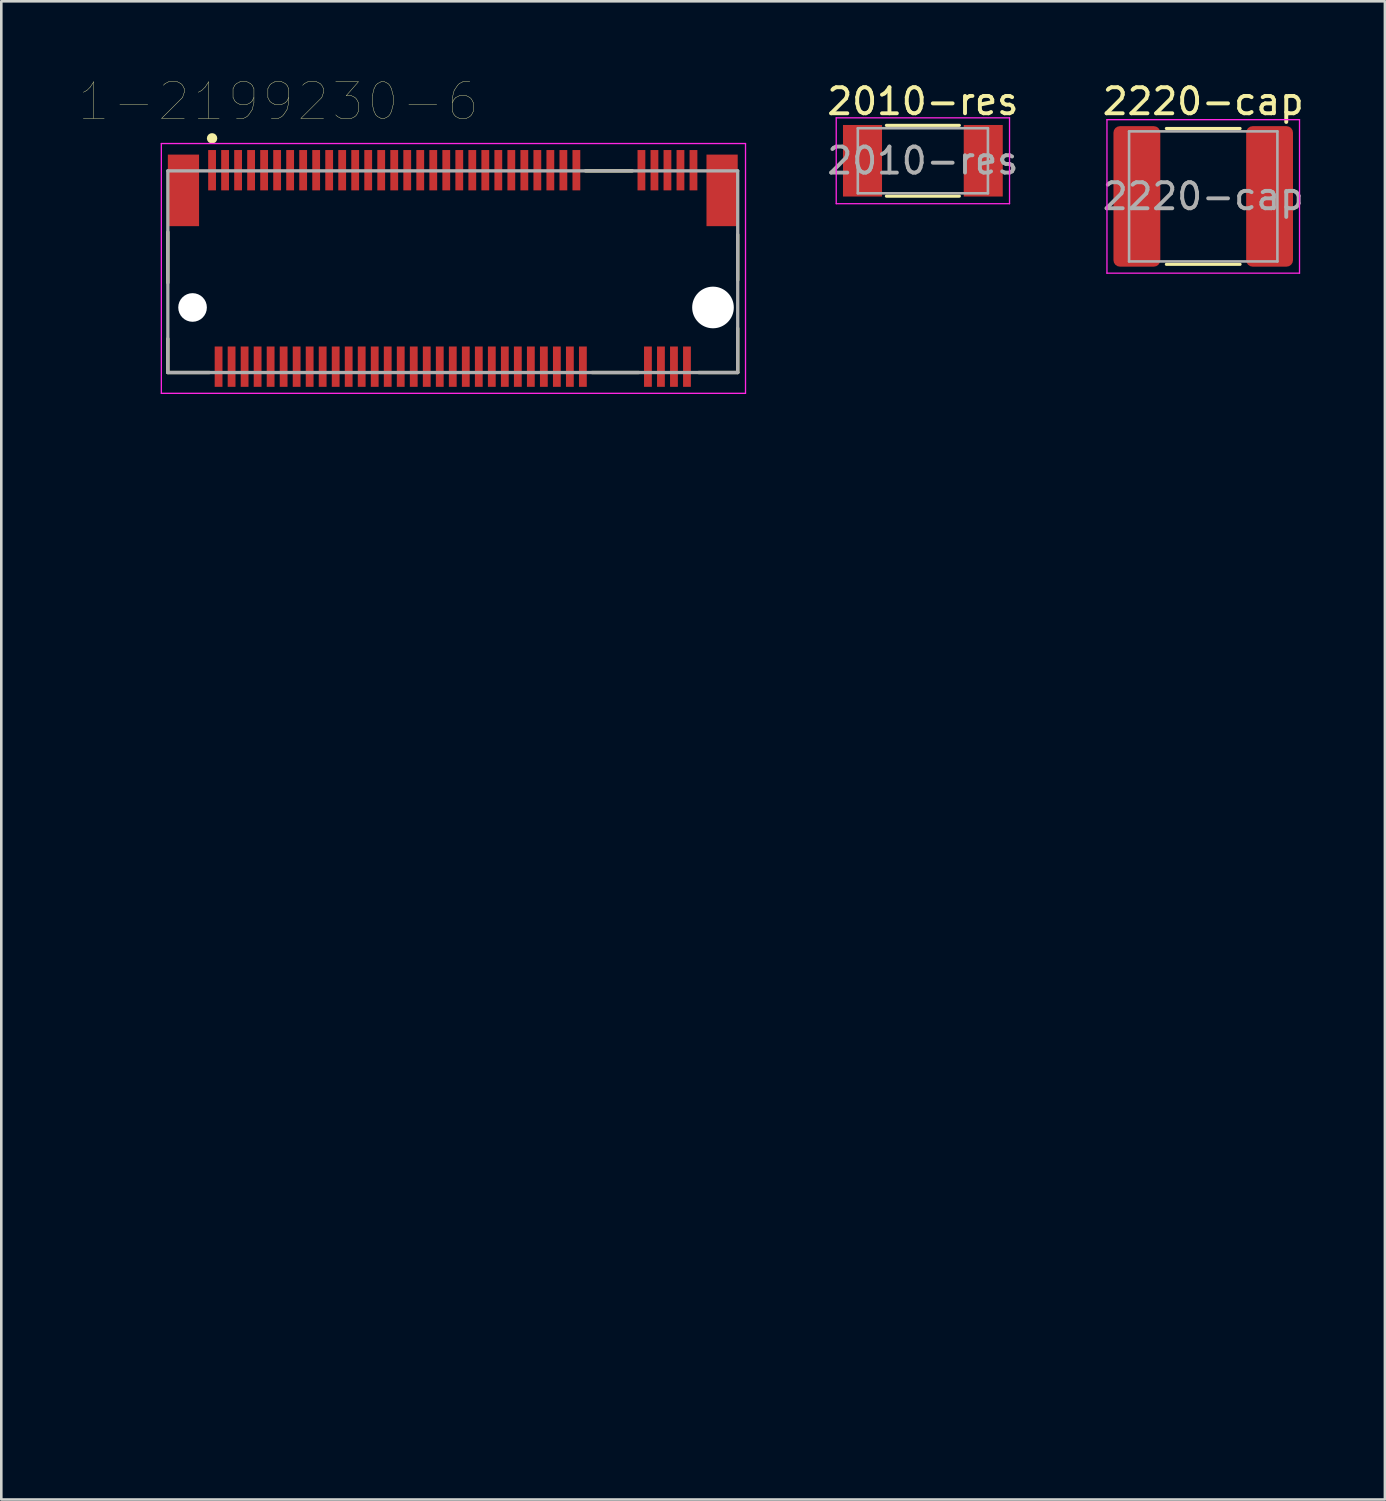
<source format=kicad_pcb>
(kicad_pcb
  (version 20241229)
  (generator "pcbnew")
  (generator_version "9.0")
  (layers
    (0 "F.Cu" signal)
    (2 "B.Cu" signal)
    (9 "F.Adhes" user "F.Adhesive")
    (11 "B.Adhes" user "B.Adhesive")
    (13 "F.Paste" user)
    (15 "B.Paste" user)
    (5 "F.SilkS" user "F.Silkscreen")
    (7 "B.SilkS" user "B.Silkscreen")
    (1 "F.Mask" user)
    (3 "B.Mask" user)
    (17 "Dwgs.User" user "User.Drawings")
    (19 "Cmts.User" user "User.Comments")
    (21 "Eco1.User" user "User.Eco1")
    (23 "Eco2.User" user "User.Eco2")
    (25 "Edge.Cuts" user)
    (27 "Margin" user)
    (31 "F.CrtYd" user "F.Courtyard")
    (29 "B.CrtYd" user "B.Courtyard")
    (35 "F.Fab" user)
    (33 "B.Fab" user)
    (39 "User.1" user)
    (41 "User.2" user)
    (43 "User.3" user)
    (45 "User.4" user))
  (footprint "2220-cap"
    (layer "F.Cu")
    (at 43.19 4.498)
    (property "Reference" "2220-cap" (at 0 -3.65 0) (layer "F.SilkS") (effects (font (size 1 1) (thickness 0.15))))
    (attr smd)
    (fp_line (start -1.416 -2.61) (end 1.416 -2.61) (stroke (width 0.12) (type solid)) (layer "F.SilkS"))
    (fp_line (start -1.416 2.61) (end 1.416 2.61) (stroke (width 0.12) (type solid)) (layer "F.SilkS"))
    (fp_line (start -3.7 -2.95) (end 3.7 -2.95) (stroke (width 0.05) (type solid)) (layer "F.CrtYd"))
    (fp_line (start -3.7 2.95) (end -3.7 -2.95) (stroke (width 0.05) (type solid)) (layer "F.CrtYd"))
    (fp_line (start 3.7 -2.95) (end 3.7 2.95) (stroke (width 0.05) (type solid)) (layer "F.CrtYd"))
    (fp_line (start 3.7 2.95) (end -3.7 2.95) (stroke (width 0.05) (type solid)) (layer "F.CrtYd"))
    (fp_line (start -2.85 -2.5) (end 2.85 -2.5) (stroke (width 0.1) (type solid)) (layer "F.Fab"))
    (fp_line (start -2.85 2.5) (end -2.85 -2.5) (stroke (width 0.1) (type solid)) (layer "F.Fab"))
    (fp_line (start 2.85 -2.5) (end 2.85 2.5) (stroke (width 0.1) (type solid)) (layer "F.Fab"))
    (fp_line (start 2.85 2.5) (end -2.85 2.5) (stroke (width 0.1) (type solid)) (layer "F.Fab"))
    (fp_text user "${REFERENCE}" (at 0 0 0) (layer "F.Fab") (effects (font (size 1 1) (thickness 0.15))))
    (pad "1" smd roundrect (at -2.55 0) (size 1.8 5.4) (layers "F.Cu" "F.Mask" "F.Paste") (roundrect_rratio 0.139))
    (pad "2" smd roundrect (at 2.55 0) (size 1.8 5.4) (layers "F.Cu" "F.Mask" "F.Paste") (roundrect_rratio 0.139)))
  (footprint "2010-res"
    (layer "F.Cu")
    (at 32.416 3.128)
    (property "Reference" "2010-res" (at 0 -2.28 0) (layer "F.SilkS") (effects (font (size 1 1) (thickness 0.15))))
    (attr smd)
    (fp_line (start -1.402 -1.36) (end 1.402 -1.36) (stroke (width 0.12) (type solid)) (layer "F.SilkS"))
    (fp_line (start -1.402 1.36) (end 1.402 1.36) (stroke (width 0.12) (type solid)) (layer "F.SilkS"))
    (fp_line (start -3.33 -1.65) (end 3.33 -1.65) (stroke (width 0.05) (type solid)) (layer "F.CrtYd"))
    (fp_line (start -3.33 1.65) (end -3.33 -1.65) (stroke (width 0.05) (type solid)) (layer "F.CrtYd"))
    (fp_line (start 3.33 -1.65) (end 3.33 1.65) (stroke (width 0.05) (type solid)) (layer "F.CrtYd"))
    (fp_line (start 3.33 1.65) (end -3.33 1.65) (stroke (width 0.05) (type solid)) (layer "F.CrtYd"))
    (fp_line (start -2.5 -1.25) (end 2.5 -1.25) (stroke (width 0.1) (type solid)) (layer "F.Fab"))
    (fp_line (start -2.5 1.25) (end -2.5 -1.25) (stroke (width 0.1) (type solid)) (layer "F.Fab"))
    (fp_line (start 2.5 -1.25) (end 2.5 1.25) (stroke (width 0.1) (type solid)) (layer "F.Fab"))
    (fp_line (start 2.5 1.25) (end -2.5 1.25) (stroke (width 0.1) (type solid)) (layer "F.Fab"))
    (fp_text user "${REFERENCE}" (at 0 0 0) (layer "F.Fab") (effects (font (size 1 1) (thickness 0.15))))
    (pad "1" smd rect (at -2.32 0) (size 1.5 2.75) (layers "F.Cu" "F.Mask" "F.Paste"))
    (pad "2" smd rect (at 2.32 0) (size 1.5 2.75) (layers "F.Cu" "F.Mask" "F.Paste")))
  (footprint "1-2199230-6"
    (layer "F.Cu")
    (at 14.35 8.766)
    (property "Reference" "1-2199230-6" (at -6.705 -7.917 0) (layer "F.SilkS") (effects (font (size 1.405 1.405) (thickness 0.015))))
    (attr through_hole)
    (fp_line (start -10.95 -2.9) (end -10.95 -0.95) (stroke (width 0.127) (type solid)) (layer "F.SilkS"))
    (fp_line (start -10.95 1.2) (end -10.95 2.5) (stroke (width 0.127) (type solid)) (layer "F.SilkS"))
    (fp_line (start -10.95 2.5) (end -9.35 2.5) (stroke (width 0.127) (type solid)) (layer "F.SilkS"))
    (fp_line (start 5.1 -5.25) (end 6.9 -5.25) (stroke (width 0.127) (type solid)) (layer "F.SilkS"))
    (fp_line (start 5.35 2.5) (end 7.15 2.5) (stroke (width 0.127) (type solid)) (layer "F.SilkS"))
    (fp_line (start 9.45 2.5) (end 10.95 2.5) (stroke (width 0.127) (type solid)) (layer "F.SilkS"))
    (fp_line (start 10.95 -1.05) (end 10.95 -2.8) (stroke (width 0.127) (type solid)) (layer "F.SilkS"))
    (fp_line (start 10.95 2.5) (end 10.95 0.8) (stroke (width 0.127) (type solid)) (layer "F.SilkS"))
    (fp_circle (center -9.25 -6.5) (end -9.15 -6.5) (stroke (width 0.2) (type solid)) (fill no) (layer "F.SilkS"))
    (fp_line (start -11 -1.75) (end -11 40.25) (stroke (width 0.12) (type solid)) (layer "Eco1.User"))
    (fp_line (start -11 -1.75) (end 11 -1.75) (stroke (width 0.12) (type solid)) (layer "Eco1.User"))
    (fp_line (start -11 40.25) (end 11 40.25) (stroke (width 0.12) (type solid)) (layer "Eco1.User"))
    (fp_line (start 11 -1.75) (end 11 40.25) (stroke (width 0.12) (type solid)) (layer "Eco1.User"))
    (fp_circle (center 0 40.25) (end 2.5 40.25) (stroke (width 0.12) (type solid)) (fill no) (layer "Eco1.User"))
    (fp_line (start -11.2 -6.3) (end -11.2 3.3) (stroke (width 0.05) (type solid)) (layer "F.CrtYd"))
    (fp_line (start -11.2 3.3) (end 11.25 3.3) (stroke (width 0.05) (type solid)) (layer "F.CrtYd"))
    (fp_line (start 11.25 -6.3) (end -11.2 -6.3) (stroke (width 0.05) (type solid)) (layer "F.CrtYd"))
    (fp_line (start 11.25 3.3) (end 11.25 -6.3) (stroke (width 0.05) (type solid)) (layer "F.CrtYd"))
    (fp_line (start -10.95 -5.25) (end 10.95 -5.25) (stroke (width 0.127) (type solid)) (layer "F.Fab"))
    (fp_line (start -10.95 2.5) (end -10.95 -5.25) (stroke (width 0.127) (type solid)) (layer "F.Fab"))
    (fp_line (start 10.95 -5.25) (end 10.95 2.5) (stroke (width 0.127) (type solid)) (layer "F.Fab"))
    (fp_line (start 10.95 2.5) (end -10.95 2.5) (stroke (width 0.127) (type solid)) (layer "F.Fab"))
    (pad "" np_thru_hole circle (at -10 0) (size 1.1 1.1) (drill 1.1) (layers "*.Cu" "*.Mask"))
    (pad "" np_thru_hole circle (at 10 0) (size 1.6 1.6) (drill 1.6) (layers "*.Cu" "*.Mask"))
    (pad "1" smd rect (at -9.25 -5.275) (size 0.3 1.55) (layers "F.Cu" "F.Mask" "F.Paste"))
    (pad "2" smd rect (at -9 2.275) (size 0.3 1.55) (layers "F.Cu" "F.Mask" "F.Paste"))
    (pad "3" smd rect (at -8.75 -5.275) (size 0.3 1.55) (layers "F.Cu" "F.Mask" "F.Paste"))
    (pad "4" smd rect (at -8.5 2.275) (size 0.3 1.55) (layers "F.Cu" "F.Mask" "F.Paste"))
    (pad "5" smd rect (at -8.25 -5.275) (size 0.3 1.55) (layers "F.Cu" "F.Mask" "F.Paste"))
    (pad "6" smd rect (at -8 2.275) (size 0.3 1.55) (layers "F.Cu" "F.Mask" "F.Paste"))
    (pad "7" smd rect (at -7.75 -5.275) (size 0.3 1.55) (layers "F.Cu" "F.Mask" "F.Paste"))
    (pad "8" smd rect (at -7.5 2.275) (size 0.3 1.55) (layers "F.Cu" "F.Mask" "F.Paste"))
    (pad "9" smd rect (at -7.25 -5.275) (size 0.3 1.55) (layers "F.Cu" "F.Mask" "F.Paste"))
    (pad "10" smd rect (at -7 2.275) (size 0.3 1.55) (layers "F.Cu" "F.Mask" "F.Paste"))
    (pad "11" smd rect (at -6.75 -5.275) (size 0.3 1.55) (layers "F.Cu" "F.Mask" "F.Paste"))
    (pad "12" smd rect (at -6.5 2.275) (size 0.3 1.55) (layers "F.Cu" "F.Mask" "F.Paste"))
    (pad "13" smd rect (at -6.25 -5.275) (size 0.3 1.55) (layers "F.Cu" "F.Mask" "F.Paste"))
    (pad "14" smd rect (at -6 2.275) (size 0.3 1.55) (layers "F.Cu" "F.Mask" "F.Paste"))
    (pad "15" smd rect (at -5.75 -5.275) (size 0.3 1.55) (layers "F.Cu" "F.Mask" "F.Paste"))
    (pad "16" smd rect (at -5.5 2.275) (size 0.3 1.55) (layers "F.Cu" "F.Mask" "F.Paste"))
    (pad "17" smd rect (at -5.25 -5.275) (size 0.3 1.55) (layers "F.Cu" "F.Mask" "F.Paste"))
    (pad "18" smd rect (at -5 2.275) (size 0.3 1.55) (layers "F.Cu" "F.Mask" "F.Paste"))
    (pad "19" smd rect (at -4.75 -5.275) (size 0.3 1.55) (layers "F.Cu" "F.Mask" "F.Paste"))
    (pad "20" smd rect (at -4.5 2.275) (size 0.3 1.55) (layers "F.Cu" "F.Mask" "F.Paste"))
    (pad "21" smd rect (at -4.25 -5.275) (size 0.3 1.55) (layers "F.Cu" "F.Mask" "F.Paste"))
    (pad "22" smd rect (at -4 2.275) (size 0.3 1.55) (layers "F.Cu" "F.Mask" "F.Paste"))
    (pad "23" smd rect (at -3.75 -5.275) (size 0.3 1.55) (layers "F.Cu" "F.Mask" "F.Paste"))
    (pad "24" smd rect (at -3.5 2.275) (size 0.3 1.55) (layers "F.Cu" "F.Mask" "F.Paste"))
    (pad "25" smd rect (at -3.25 -5.275) (size 0.3 1.55) (layers "F.Cu" "F.Mask" "F.Paste"))
    (pad "26" smd rect (at -3 2.275) (size 0.3 1.55) (layers "F.Cu" "F.Mask" "F.Paste"))
    (pad "27" smd rect (at -2.75 -5.275) (size 0.3 1.55) (layers "F.Cu" "F.Mask" "F.Paste"))
    (pad "28" smd rect (at -2.5 2.275) (size 0.3 1.55) (layers "F.Cu" "F.Mask" "F.Paste"))
    (pad "29" smd rect (at -2.25 -5.275) (size 0.3 1.55) (layers "F.Cu" "F.Mask" "F.Paste"))
    (pad "30" smd rect (at -2 2.275) (size 0.3 1.55) (layers "F.Cu" "F.Mask" "F.Paste"))
    (pad "31" smd rect (at -1.75 -5.275) (size 0.3 1.55) (layers "F.Cu" "F.Mask" "F.Paste"))
    (pad "32" smd rect (at -1.5 2.275) (size 0.3 1.55) (layers "F.Cu" "F.Mask" "F.Paste"))
    (pad "33" smd rect (at -1.25 -5.275) (size 0.3 1.55) (layers "F.Cu" "F.Mask" "F.Paste"))
    (pad "34" smd rect (at -1 2.275) (size 0.3 1.55) (layers "F.Cu" "F.Mask" "F.Paste"))
    (pad "35" smd rect (at -0.75 -5.275) (size 0.3 1.55) (layers "F.Cu" "F.Mask" "F.Paste"))
    (pad "36" smd rect (at -0.5 2.275) (size 0.3 1.55) (layers "F.Cu" "F.Mask" "F.Paste"))
    (pad "37" smd rect (at -0.25 -5.275) (size 0.3 1.55) (layers "F.Cu" "F.Mask" "F.Paste"))
    (pad "38" smd rect (at 0 2.275) (size 0.3 1.55) (layers "F.Cu" "F.Mask" "F.Paste"))
    (pad "39" smd rect (at 0.25 -5.275) (size 0.3 1.55) (layers "F.Cu" "F.Mask" "F.Paste"))
    (pad "40" smd rect (at 0.5 2.275) (size 0.3 1.55) (layers "F.Cu" "F.Mask" "F.Paste"))
    (pad "41" smd rect (at 0.75 -5.275) (size 0.3 1.55) (layers "F.Cu" "F.Mask" "F.Paste"))
    (pad "42" smd rect (at 1 2.275) (size 0.3 1.55) (layers "F.Cu" "F.Mask" "F.Paste"))
    (pad "43" smd rect (at 1.25 -5.275) (size 0.3 1.55) (layers "F.Cu" "F.Mask" "F.Paste"))
    (pad "44" smd rect (at 1.5 2.275) (size 0.3 1.55) (layers "F.Cu" "F.Mask" "F.Paste"))
    (pad "45" smd rect (at 1.75 -5.275) (size 0.3 1.55) (layers "F.Cu" "F.Mask" "F.Paste"))
    (pad "46" smd rect (at 2 2.275) (size 0.3 1.55) (layers "F.Cu" "F.Mask" "F.Paste"))
    (pad "47" smd rect (at 2.25 -5.275) (size 0.3 1.55) (layers "F.Cu" "F.Mask" "F.Paste"))
    (pad "48" smd rect (at 2.5 2.275) (size 0.3 1.55) (layers "F.Cu" "F.Mask" "F.Paste"))
    (pad "49" smd rect (at 2.75 -5.275) (size 0.3 1.55) (layers "F.Cu" "F.Mask" "F.Paste"))
    (pad "50" smd rect (at 3 2.275) (size 0.3 1.55) (layers "F.Cu" "F.Mask" "F.Paste"))
    (pad "51" smd rect (at 3.25 -5.275) (size 0.3 1.55) (layers "F.Cu" "F.Mask" "F.Paste"))
    (pad "52" smd rect (at 3.5 2.275) (size 0.3 1.55) (layers "F.Cu" "F.Mask" "F.Paste"))
    (pad "53" smd rect (at 3.75 -5.275) (size 0.3 1.55) (layers "F.Cu" "F.Mask" "F.Paste"))
    (pad "54" smd rect (at 4 2.275) (size 0.3 1.55) (layers "F.Cu" "F.Mask" "F.Paste"))
    (pad "55" smd rect (at 4.25 -5.275) (size 0.3 1.55) (layers "F.Cu" "F.Mask" "F.Paste"))
    (pad "56" smd rect (at 4.5 2.275) (size 0.3 1.55) (layers "F.Cu" "F.Mask" "F.Paste"))
    (pad "57" smd rect (at 4.75 -5.275) (size 0.3 1.55) (layers "F.Cu" "F.Mask" "F.Paste"))
    (pad "58" smd rect (at 5 2.275) (size 0.3 1.55) (layers "F.Cu" "F.Mask" "F.Paste"))
    (pad "67" smd rect (at 7.25 -5.275) (size 0.3 1.55) (layers "F.Cu" "F.Mask" "F.Paste"))
    (pad "68" smd rect (at 7.5 2.275) (size 0.3 1.55) (layers "F.Cu" "F.Mask" "F.Paste"))
    (pad "69" smd rect (at 7.75 -5.275) (size 0.3 1.55) (layers "F.Cu" "F.Mask" "F.Paste"))
    (pad "70" smd rect (at 8 2.275) (size 0.3 1.55) (layers "F.Cu" "F.Mask" "F.Paste"))
    (pad "71" smd rect (at 8.25 -5.275) (size 0.3 1.55) (layers "F.Cu" "F.Mask" "F.Paste"))
    (pad "72" smd rect (at 8.5 2.275) (size 0.3 1.55) (layers "F.Cu" "F.Mask" "F.Paste"))
    (pad "73" smd rect (at 8.75 -5.275) (size 0.3 1.55) (layers "F.Cu" "F.Mask" "F.Paste"))
    (pad "74" smd rect (at 9 2.275) (size 0.3 1.55) (layers "F.Cu" "F.Mask" "F.Paste"))
    (pad "75" smd rect (at 9.25 -5.275) (size 0.3 1.55) (layers "F.Cu" "F.Mask" "F.Paste"))
    (pad "SH1" smd rect (at -10.35 -4.5) (size 1.2 2.75) (layers "F.Cu" "F.Mask" "F.Paste"))
    (pad "SH2" smd rect (at 10.35 -4.5) (size 1.2 2.75) (layers "F.Cu" "F.Mask" "F.Paste")))
  (gr_rect
    (start -3 -3)
    (end 50.172 54.576)
    (stroke (width 0.1) (type default))
    (fill no)
    (layer "Edge.Cuts")))
</source>
